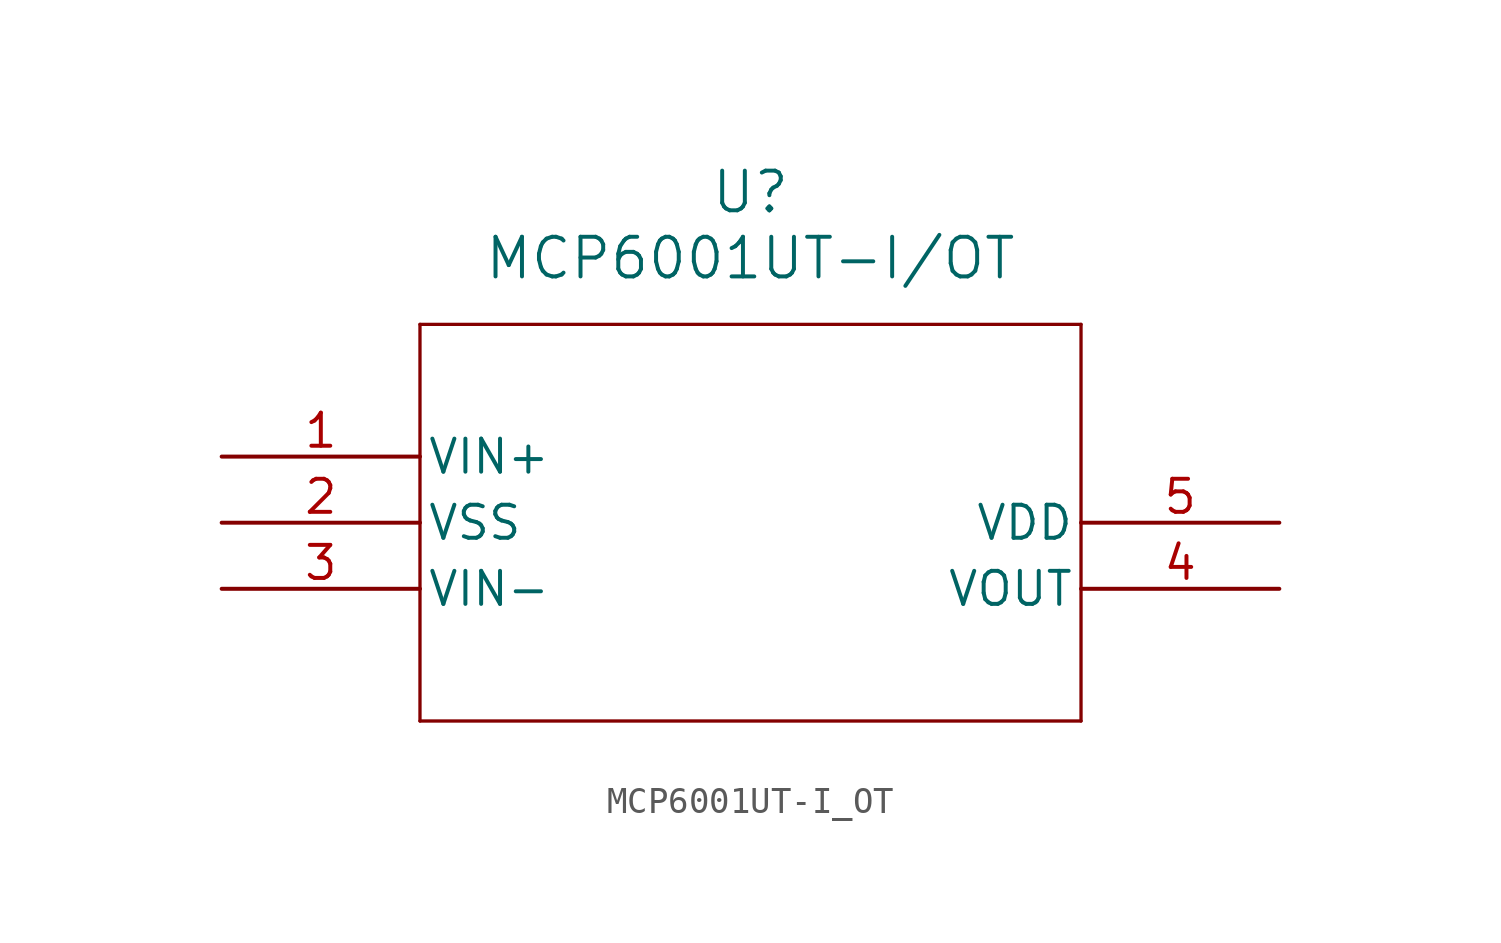
<source format=kicad_sym>
(kicad_symbol_lib
  (version 20211014)
  (generator kicad_symbol_editor)
  (symbol "MCP6001UT-I_OT"
    (pin_names
      (offset 0.254))
    (property "Reference" "U"
      (at 20.32 10.16 0)
      (effects (font (size 1.524 1.524))))
    (property "Value" "MCP6001UT-I/OT"
      (at 20.32 7.62 0)
      (effects (font (size 1.524 1.524))))
    (symbol "MCP6001UT-I_OT_0_1"
      (polyline (pts (xy 7.62 5.08) (xy 7.62 -10.16)) (stroke (width 0.127) (type default) (color 0 0 0 0)) (fill (type none)))
      (polyline (pts (xy 7.62 -10.16) (xy 33.02 -10.16)) (stroke (width 0.127) (type default) (color 0 0 0 0)) (fill (type none)))
      (polyline (pts (xy 33.02 -10.16) (xy 33.02 5.08)) (stroke (width 0.127) (type default) (color 0 0 0 0)) (fill (type none)))
      (polyline (pts (xy 33.02 5.08) (xy 7.62 5.08)) (stroke (width 0.127) (type default) (color 0 0 0 0)) (fill (type none)))
      (pin input line (at 0 0 0) (length 7.62) (name "VIN+" (effects (font (size 1.27 1.27)))) (number "1" (effects (font (size 1.27 1.27)))))
      (pin power_in line (at 0 -2.54 0) (length 7.62) (name "VSS" (effects (font (size 1.27 1.27)))) (number "2" (effects (font (size 1.27 1.27)))))
      (pin input line (at 0 -5.08 0) (length 7.62) (name "VIN-" (effects (font (size 1.27 1.27)))) (number "3" (effects (font (size 1.27 1.27)))))
      (pin output line (at 40.64 -5.08 180) (length 7.62) (name "VOUT" (effects (font (size 1.27 1.27)))) (number "4" (effects (font (size 1.27 1.27)))))
      (pin power_in line (at 40.64 -2.54 180) (length 7.62) (name "VDD" (effects (font (size 1.27 1.27)))) (number "5" (effects (font (size 1.27 1.27))))))))
</source>
